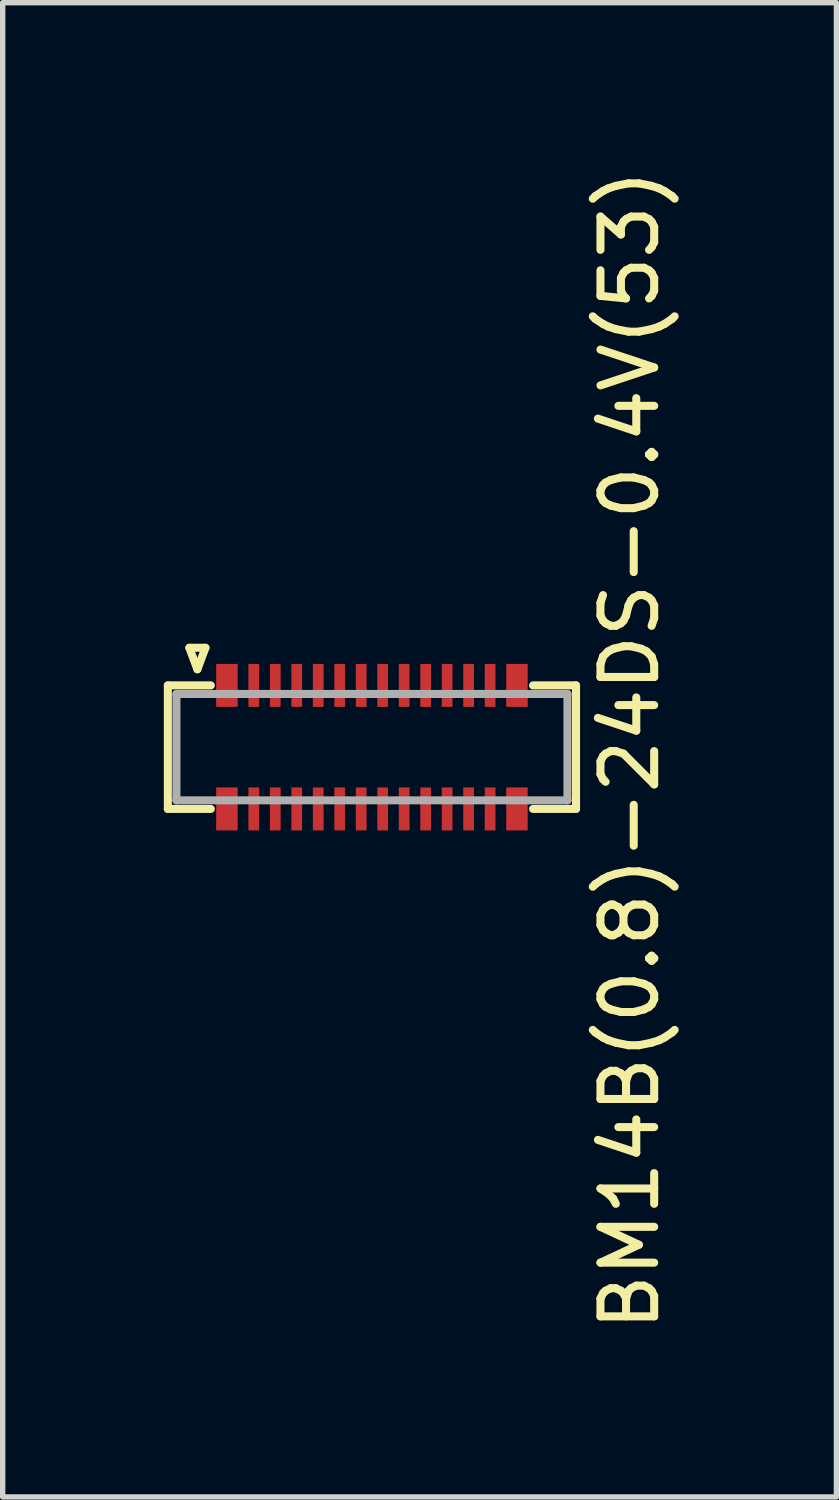
<source format=kicad_pcb>
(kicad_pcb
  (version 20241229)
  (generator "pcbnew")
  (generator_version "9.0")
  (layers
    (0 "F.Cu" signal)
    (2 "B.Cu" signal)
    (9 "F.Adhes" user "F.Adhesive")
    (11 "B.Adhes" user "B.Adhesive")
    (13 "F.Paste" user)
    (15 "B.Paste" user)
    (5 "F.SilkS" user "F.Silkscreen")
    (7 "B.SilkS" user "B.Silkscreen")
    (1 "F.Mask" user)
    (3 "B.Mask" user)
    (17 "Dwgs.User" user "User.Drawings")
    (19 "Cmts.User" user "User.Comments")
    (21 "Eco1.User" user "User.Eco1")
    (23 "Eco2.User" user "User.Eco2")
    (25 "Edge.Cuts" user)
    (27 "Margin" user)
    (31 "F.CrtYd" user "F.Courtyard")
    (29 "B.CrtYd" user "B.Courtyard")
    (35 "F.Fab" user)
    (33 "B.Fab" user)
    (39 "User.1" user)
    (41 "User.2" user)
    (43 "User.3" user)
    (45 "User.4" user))
  (footprint "BM14B(0.8)-24DS-0.4V(53)"
    (layer "F.Cu")
    (at 3.875 10.861)
    (property "Reference" "BM14B(0.8)-24DS-0.4V(53)" (at 4.8 0.05 90) (layer "F.SilkS") (effects (font (size 1 1) (thickness 0.15))))
    (attr smd)
    (fp_line (start -3.8 -1.15) (end -3 -1.15) (stroke (width 0.15) (type solid)) (layer "F.SilkS"))
    (fp_line (start -3.8 1.15) (end -3.8 -1.15) (stroke (width 0.15) (type solid)) (layer "F.SilkS"))
    (fp_line (start -3.4 -1.85) (end -3.1 -1.85) (stroke (width 0.15) (type solid)) (layer "F.SilkS"))
    (fp_line (start -3.25 -1.45) (end -3.4 -1.85) (stroke (width 0.15) (type solid)) (layer "F.SilkS"))
    (fp_line (start -3.1 -1.85) (end -3.25 -1.45) (stroke (width 0.15) (type solid)) (layer "F.SilkS"))
    (fp_line (start -3 1.15) (end -3.8 1.15) (stroke (width 0.15) (type solid)) (layer "F.SilkS"))
    (fp_line (start 3 -1.15) (end 3.8 -1.15) (stroke (width 0.15) (type solid)) (layer "F.SilkS"))
    (fp_line (start 3.8 -1.15) (end 3.8 1.15) (stroke (width 0.15) (type solid)) (layer "F.SilkS"))
    (fp_line (start 3.8 1.15) (end 3 1.15) (stroke (width 0.15) (type solid)) (layer "F.SilkS"))
    (fp_line (start -3.64 -0.99) (end 3.64 -0.99) (stroke (width 0.15) (type solid)) (layer "F.Fab"))
    (fp_line (start -3.64 0.99) (end -3.64 -0.99) (stroke (width 0.15) (type solid)) (layer "F.Fab"))
    (fp_line (start 3.64 -0.99) (end 3.64 0.99) (stroke (width 0.15) (type solid)) (layer "F.Fab"))
    (fp_line (start 3.64 0.99) (end -3.64 0.99) (stroke (width 0.15) (type solid)) (layer "F.Fab"))
    (pad "1" smd rect (at -2.7 -1.15) (size 0.4 0.8) (layers "F.Cu" "F.Mask" "F.Paste"))
    (pad "2" smd rect (at -2.2 -1.15) (size 0.2 0.8) (layers "F.Cu" "F.Mask" "F.Paste"))
    (pad "3" smd rect (at -1.8 -1.15) (size 0.2 0.8) (layers "F.Cu" "F.Mask" "F.Paste"))
    (pad "4" smd rect (at -1.4 -1.15) (size 0.2 0.8) (layers "F.Cu" "F.Mask" "F.Paste"))
    (pad "5" smd rect (at -1 -1.15) (size 0.2 0.8) (layers "F.Cu" "F.Mask" "F.Paste"))
    (pad "6" smd rect (at -0.6 -1.15) (size 0.2 0.8) (layers "F.Cu" "F.Mask" "F.Paste"))
    (pad "7" smd rect (at -0.2 -1.15) (size 0.2 0.8) (layers "F.Cu" "F.Mask" "F.Paste"))
    (pad "8" smd rect (at 0.2 -1.15) (size 0.2 0.8) (layers "F.Cu" "F.Mask" "F.Paste"))
    (pad "9" smd rect (at 0.6 -1.15) (size 0.2 0.8) (layers "F.Cu" "F.Mask" "F.Paste"))
    (pad "10" smd rect (at 1 -1.15) (size 0.2 0.8) (layers "F.Cu" "F.Mask" "F.Paste"))
    (pad "11" smd rect (at 1.4 -1.15) (size 0.2 0.8) (layers "F.Cu" "F.Mask" "F.Paste"))
    (pad "12" smd rect (at 1.8 -1.15) (size 0.2 0.8) (layers "F.Cu" "F.Mask" "F.Paste"))
    (pad "13" smd rect (at 2.2 -1.15) (size 0.2 0.8) (layers "F.Cu" "F.Mask" "F.Paste"))
    (pad "14" smd rect (at 2.7 -1.15) (size 0.4 0.8) (layers "F.Cu" "F.Mask" "F.Paste"))
    (pad "15" smd rect (at 2.7 1.15) (size 0.4 0.8) (layers "F.Cu" "F.Mask" "F.Paste"))
    (pad "16" smd rect (at 2.2 1.15) (size 0.2 0.8) (layers "F.Cu" "F.Mask" "F.Paste"))
    (pad "17" smd rect (at 1.8 1.15) (size 0.2 0.8) (layers "F.Cu" "F.Mask" "F.Paste"))
    (pad "18" smd rect (at 1.4 1.15) (size 0.2 0.8) (layers "F.Cu" "F.Mask" "F.Paste"))
    (pad "19" smd rect (at 1 1.15) (size 0.2 0.8) (layers "F.Cu" "F.Mask" "F.Paste"))
    (pad "20" smd rect (at 0.6 1.15) (size 0.2 0.8) (layers "F.Cu" "F.Mask" "F.Paste"))
    (pad "21" smd rect (at 0.2 1.15) (size 0.2 0.8) (layers "F.Cu" "F.Mask" "F.Paste"))
    (pad "22" smd rect (at -0.2 1.15) (size 0.2 0.8) (layers "F.Cu" "F.Mask" "F.Paste"))
    (pad "23" smd rect (at -0.6 1.15) (size 0.2 0.8) (layers "F.Cu" "F.Mask" "F.Paste"))
    (pad "24" smd rect (at -1 1.15) (size 0.2 0.8) (layers "F.Cu" "F.Mask" "F.Paste"))
    (pad "25" smd rect (at -1.4 1.15) (size 0.2 0.8) (layers "F.Cu" "F.Mask" "F.Paste"))
    (pad "26" smd rect (at -1.8 1.15) (size 0.2 0.8) (layers "F.Cu" "F.Mask" "F.Paste"))
    (pad "27" smd rect (at -2.2 1.15) (size 0.2 0.8) (layers "F.Cu" "F.Mask" "F.Paste"))
    (pad "28" smd rect (at -2.7 1.15) (size 0.4 0.8) (layers "F.Cu" "F.Mask" "F.Paste")))
  (gr_rect
    (start -3 -3)
    (end 12.523 24.821)
    (stroke (width 0.1) (type default))
    (fill no)
    (layer "Edge.Cuts")))
</source>
